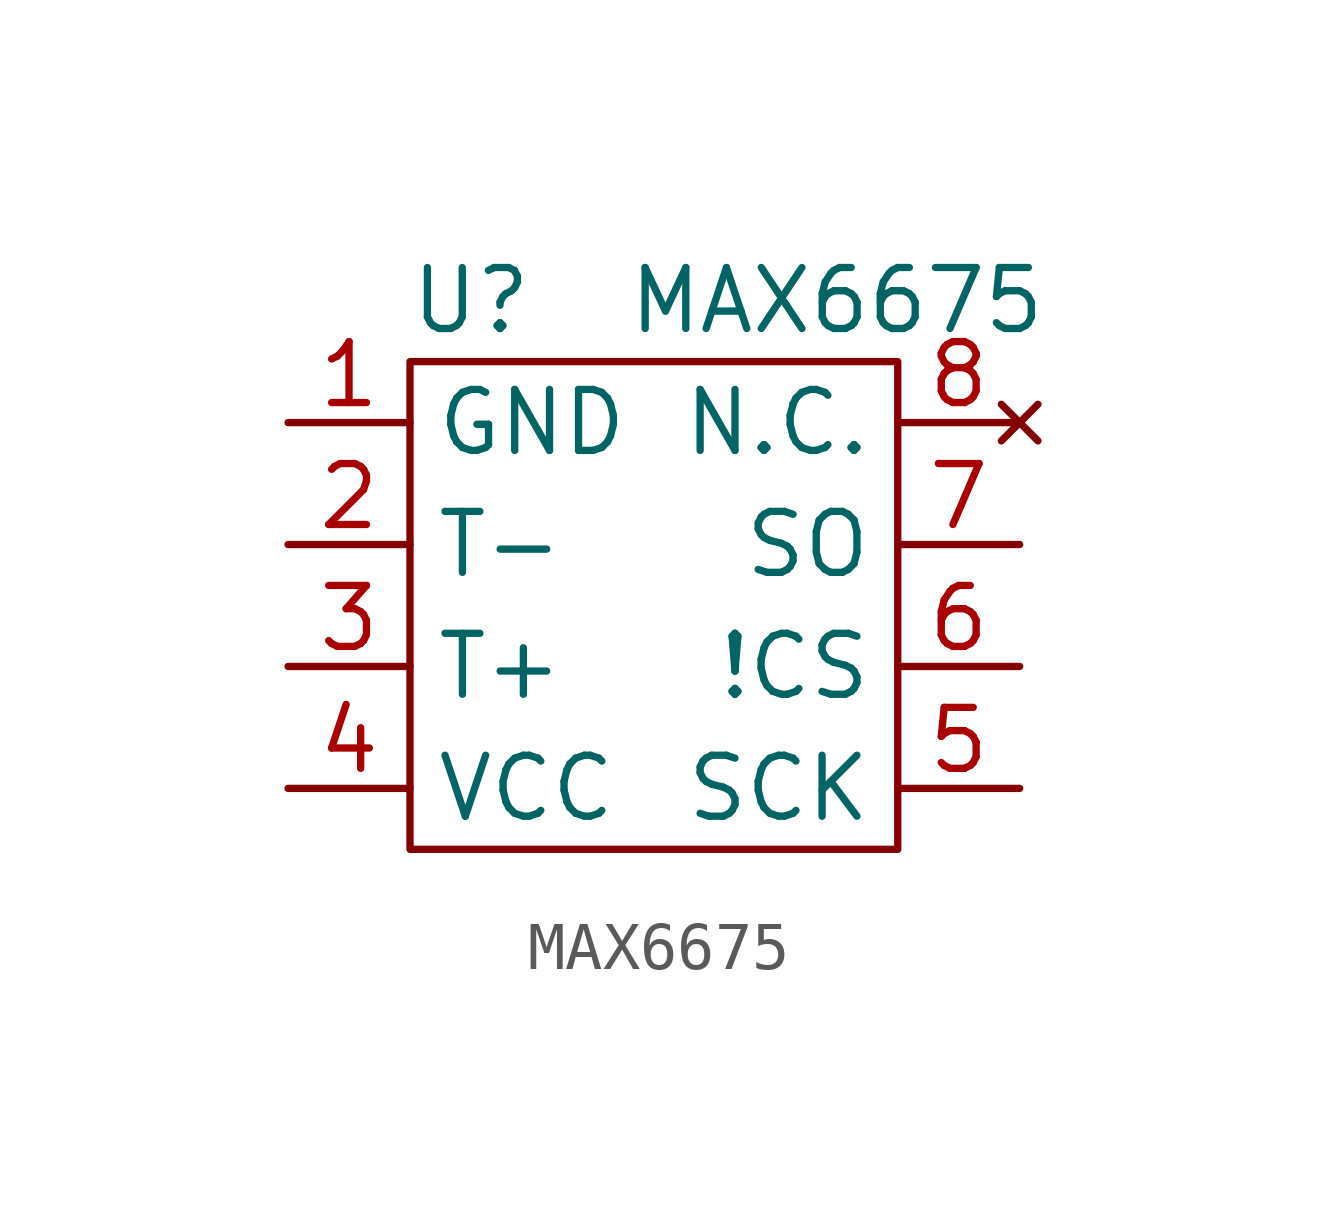
<source format=kicad_sym>
(kicad_symbol_lib
  (version 20211014)
  (generator kicad_symbol_editor)
  (symbol "MAX6675"
    (property "Reference" "U"
      (at -3.81 5.08 0)
      (effects (font (size 1.27 1.27))))
    (property "Value" "MAX6675"
      (at 3.81 5.08 0)
      (effects (font (size 1.27 1.27))))
    (symbol "MAX6675_0_1"
      (rectangle (start -5.08 3.81) (end 5.08 -6.35) (stroke (width 0) (type default) (color 0 0 0 0)) (fill (type none))))
    (symbol "MAX6675_1_1"
      (pin power_in line (at -7.62 2.54 0) (length 2.54) (name "GND" (effects (font (size 1.27 1.27)))) (number "1" (effects (font (size 1.27 1.27)))))
      (pin input line (at -7.62 0 0) (length 2.54) (name "T-" (effects (font (size 1.27 1.27)))) (number "2" (effects (font (size 1.27 1.27)))))
      (pin input line (at -7.62 -2.54 0) (length 2.54) (name "T+" (effects (font (size 1.27 1.27)))) (number "3" (effects (font (size 1.27 1.27)))))
      (pin power_in line (at -7.62 -5.08 0) (length 2.54) (name "VCC" (effects (font (size 1.27 1.27)))) (number "4" (effects (font (size 1.27 1.27)))))
      (pin input line (at 7.62 -5.08 180) (length 2.54) (name "SCK" (effects (font (size 1.27 1.27)))) (number "5" (effects (font (size 1.27 1.27)))))
      (pin input line (at 7.62 -2.54 180) (length 2.54) (name "!CS" (effects (font (size 1.27 1.27)))) (number "6" (effects (font (size 1.27 1.27)))))
      (pin output line (at 7.62 0 180) (length 2.54) (name "SO" (effects (font (size 1.27 1.27)))) (number "7" (effects (font (size 1.27 1.27)))))
      (pin no_connect line (at 7.62 2.54 180) (length 2.54) (name "N.C." (effects (font (size 1.27 1.27)))) (number "8" (effects (font (size 1.27 1.27))))))))
</source>
